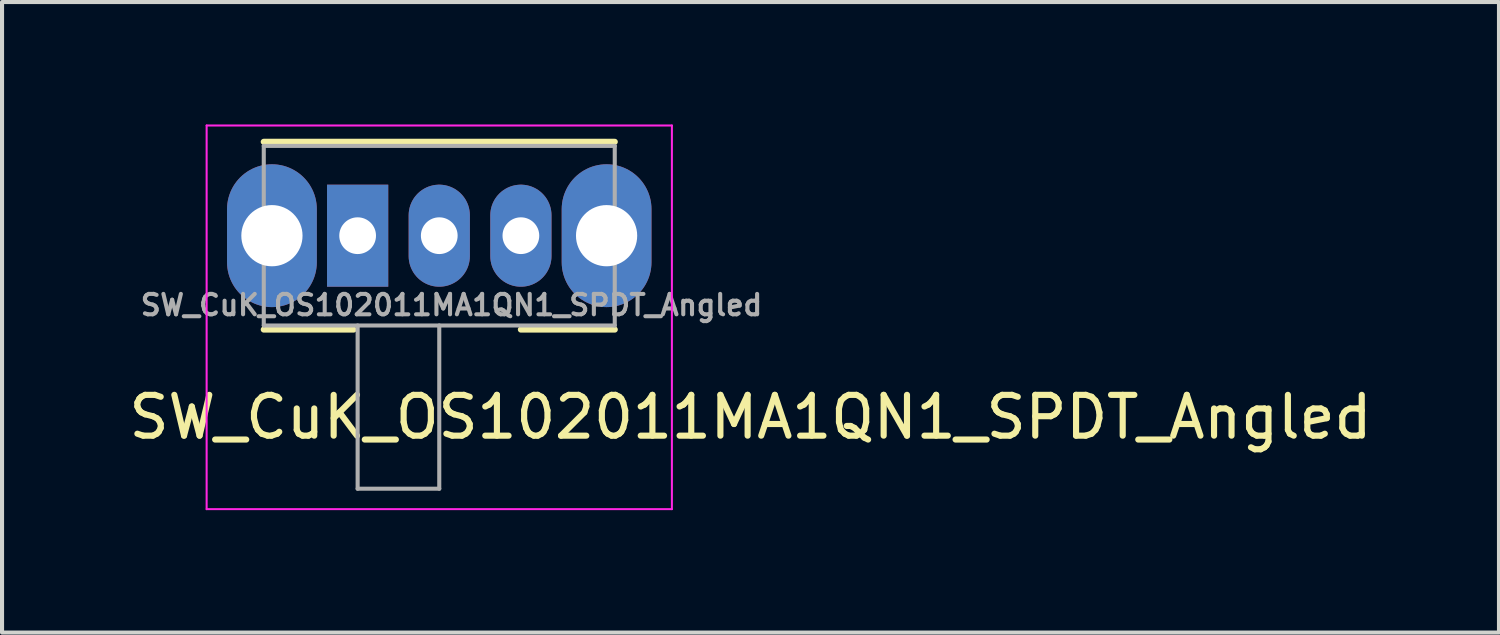
<source format=kicad_pcb>
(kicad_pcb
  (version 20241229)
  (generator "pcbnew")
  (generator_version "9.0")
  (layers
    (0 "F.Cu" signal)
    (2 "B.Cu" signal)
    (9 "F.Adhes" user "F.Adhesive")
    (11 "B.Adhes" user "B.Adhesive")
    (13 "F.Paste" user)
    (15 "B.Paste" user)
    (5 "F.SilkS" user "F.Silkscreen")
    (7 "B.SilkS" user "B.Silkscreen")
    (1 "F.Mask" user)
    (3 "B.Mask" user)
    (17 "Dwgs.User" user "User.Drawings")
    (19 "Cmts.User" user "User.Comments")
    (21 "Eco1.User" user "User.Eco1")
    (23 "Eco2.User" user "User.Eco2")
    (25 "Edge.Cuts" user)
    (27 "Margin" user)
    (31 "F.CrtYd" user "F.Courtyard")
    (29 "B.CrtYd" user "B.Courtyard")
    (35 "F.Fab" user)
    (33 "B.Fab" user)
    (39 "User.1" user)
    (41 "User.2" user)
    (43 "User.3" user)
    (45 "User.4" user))
  (footprint "SW_CuK_OS102011MA1QN1_SPDT_Angled"
    (layer "F.Cu")
    (at 5.713 2.725)
    (property "Reference" "SW_CuK_OS102011MA1QN1_SPDT_Angled" (at 9.627 4.445 0) (layer "F.SilkS") (effects (font (size 1 1) (thickness 0.15))))
    (attr through_hole)
    (fp_line (start -2.3 -2.3) (end 6.3 -2.3) (stroke (width 0.15) (type solid)) (layer "F.SilkS"))
    (fp_line (start -2.3 2.3) (end -0.1 2.3) (stroke (width 0.15) (type solid)) (layer "F.SilkS"))
    (fp_line (start 4 2.3) (end 6.3 2.3) (stroke (width 0.15) (type solid)) (layer "F.SilkS"))
    (fp_line (start -3.7 -2.7) (end 7.7 -2.7) (stroke (width 0.05) (type solid)) (layer "F.CrtYd"))
    (fp_line (start -3.7 6.7) (end -3.7 -2.7) (stroke (width 0.05) (type solid)) (layer "F.CrtYd"))
    (fp_line (start 7.7 -2.7) (end 7.7 6.7) (stroke (width 0.05) (type solid)) (layer "F.CrtYd"))
    (fp_line (start 7.7 6.7) (end -3.7 6.7) (stroke (width 0.05) (type solid)) (layer "F.CrtYd"))
    (fp_line (start -2.3 -2.2) (end -2.3 2.2) (stroke (width 0.1) (type solid)) (layer "F.Fab"))
    (fp_line (start -2.3 -2.2) (end 6.3 -2.2) (stroke (width 0.1) (type solid)) (layer "F.Fab"))
    (fp_line (start -2.3 2.2) (end 6.3 2.2) (stroke (width 0.1) (type solid)) (layer "F.Fab"))
    (fp_line (start 0 6.2) (end 0 2.2) (stroke (width 0.1) (type solid)) (layer "F.Fab"))
    (fp_line (start 2 2.2) (end 2 6.2) (stroke (width 0.1) (type solid)) (layer "F.Fab"))
    (fp_line (start 2 6.2) (end 0 6.2) (stroke (width 0.1) (type solid)) (layer "F.Fab"))
    (fp_line (start 6.3 2.2) (end 6.3 -2.2) (stroke (width 0.1) (type solid)) (layer "F.Fab"))
    (fp_text user "${REFERENCE}" (at 2.3 1.7 0) (layer "F.Fab") (effects (font (size 0.5 0.5) (thickness 0.1))))
    (pad "" thru_hole oval (at -2.1 0) (size 2.2 3.5) (drill 1.5) (layers "*.Cu" "*.Mask"))
    (pad "" thru_hole oval (at 6.1 0) (size 2.2 3.5) (drill 1.5) (layers "*.Cu" "*.Mask"))
    (pad "1" thru_hole rect (at 0 0) (size 1.5 2.5) (drill 0.9) (layers "*.Cu" "*.Mask"))
    (pad "2" thru_hole oval (at 2 0) (size 1.5 2.5) (drill 0.9) (layers "*.Cu" "*.Mask"))
    (pad "3" thru_hole oval (at 4 0) (size 1.5 2.5) (drill 0.9) (layers "*.Cu" "*.Mask")))
  (gr_rect
    (start -3 -3)
    (end 33.679 12.45)
    (stroke (width 0.1) (type default))
    (fill no)
    (layer "Edge.Cuts")))
</source>
